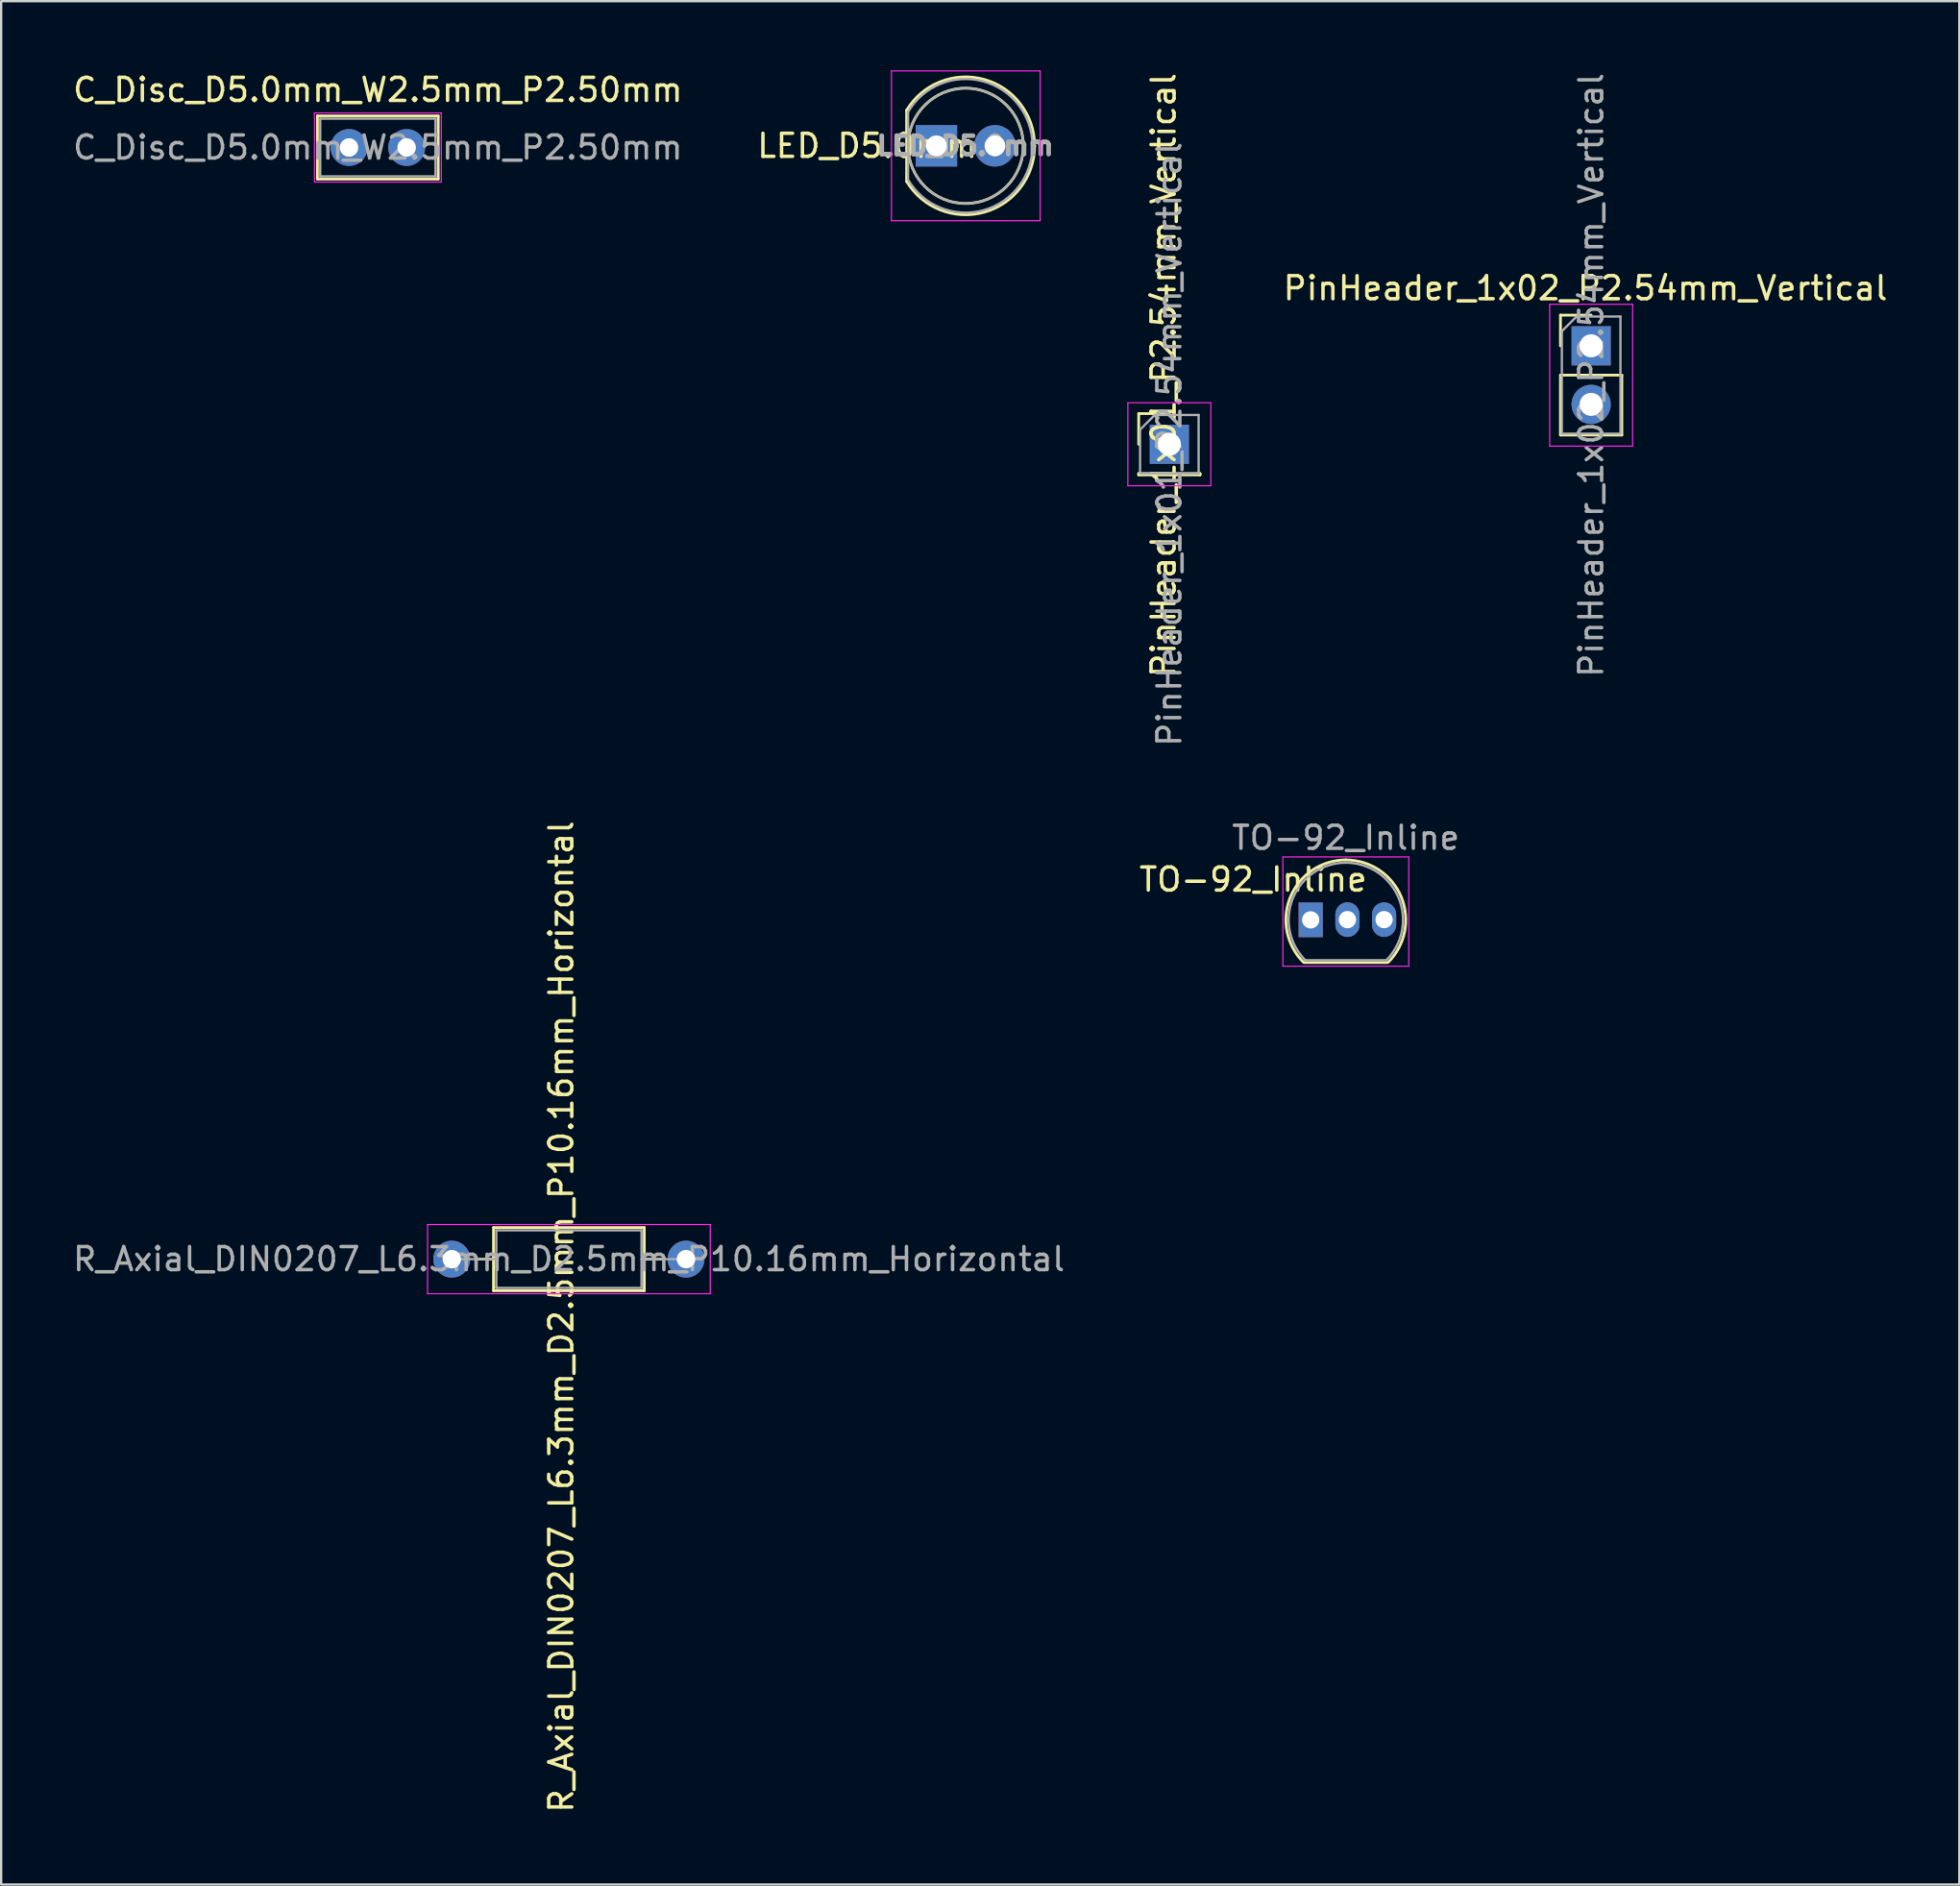
<source format=kicad_pcb>
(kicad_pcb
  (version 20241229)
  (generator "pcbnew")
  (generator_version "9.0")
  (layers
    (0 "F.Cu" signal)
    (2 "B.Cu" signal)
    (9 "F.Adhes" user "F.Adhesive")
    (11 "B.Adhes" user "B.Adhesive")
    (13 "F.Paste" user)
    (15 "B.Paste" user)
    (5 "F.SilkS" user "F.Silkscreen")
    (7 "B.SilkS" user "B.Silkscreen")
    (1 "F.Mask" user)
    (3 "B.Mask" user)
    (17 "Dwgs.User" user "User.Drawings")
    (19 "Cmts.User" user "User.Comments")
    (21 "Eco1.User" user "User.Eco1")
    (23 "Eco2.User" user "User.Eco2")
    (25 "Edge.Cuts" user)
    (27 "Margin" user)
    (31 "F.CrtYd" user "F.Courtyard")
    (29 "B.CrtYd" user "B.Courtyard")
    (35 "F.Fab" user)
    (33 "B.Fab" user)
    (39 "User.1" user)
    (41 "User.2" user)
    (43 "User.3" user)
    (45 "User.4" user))
  (footprint "TO-92_Inline"
    (layer "F.Cu")
    (at 54.054 36.849)
    (property "Reference" "TO-92_Inline" (at -2.75 -1.75 0) (layer "F.SilkS") (effects (font (size 1 1) (thickness 0.15))))
    (attr through_hole)
    (fp_line (start -0.53 1.85) (end 3.07 1.85) (stroke (width 0.12) (type solid)) (layer "F.SilkS"))
    (fp_arc (start -0.568478 1.838478) (mid -1.132087 -0.994977) (end 1.27 -2.6) (stroke (width 0.12) (type solid)) (layer "F.SilkS"))
    (fp_arc (start 1.27 -2.6) (mid 3.672087 -0.994977) (end 3.108478 1.838478) (stroke (width 0.12) (type solid)) (layer "F.SilkS"))
    (fp_line (start -1.46 -2.73) (end -1.46 2.01) (stroke (width 0.05) (type solid)) (layer "F.CrtYd"))
    (fp_line (start -1.46 -2.73) (end 4 -2.73) (stroke (width 0.05) (type solid)) (layer "F.CrtYd"))
    (fp_line (start 4 2.01) (end -1.46 2.01) (stroke (width 0.05) (type solid)) (layer "F.CrtYd"))
    (fp_line (start 4 2.01) (end 4 -2.73) (stroke (width 0.05) (type solid)) (layer "F.CrtYd"))
    (fp_line (start -0.5 1.75) (end 3 1.75) (stroke (width 0.1) (type solid)) (layer "F.Fab"))
    (fp_arc (start -0.483625 1.753625) (mid -1.021221 -0.949055) (end 1.27 -2.48) (stroke (width 0.1) (type solid)) (layer "F.Fab"))
    (fp_arc (start 1.27 -2.48) (mid 3.561221 -0.949055) (end 3.023625 1.753625) (stroke (width 0.1) (type solid)) (layer "F.Fab"))
    (fp_text user "${REFERENCE}" (at 1.27 -3.56 0) (layer "F.Fab") (effects (font (size 1 1) (thickness 0.15))))
    (pad "1" thru_hole rect (at -0.254 0) (size 1.05 1.5) (drill 0.75) (layers "*.Cu" "*.Mask"))
    (pad "2" thru_hole oval (at 1.34 -0.01) (size 1.05 1.5) (drill 0.75) (layers "*.Cu" "*.Mask"))
    (pad "3" thru_hole oval (at 2.93 -0.01) (size 1.05 1.5) (drill 0.75) (layers "*.Cu" "*.Mask")))
  (footprint "C_Disc_D5.0mm_W2.5mm_P2.50mm"
    (layer "F.Cu")
    (at 12.089 3.348)
    (property "Reference" "C_Disc_D5.0mm_W2.5mm_P2.50mm" (at 1.25 -2.5 0) (layer "F.SilkS") (effects (font (size 1 1) (thickness 0.15))))
    (attr through_hole)
    (fp_line (start -1.37 -1.37) (end -1.37 1.37) (stroke (width 0.12) (type solid)) (layer "F.SilkS"))
    (fp_line (start -1.37 -1.37) (end 3.87 -1.37) (stroke (width 0.12) (type solid)) (layer "F.SilkS"))
    (fp_line (start -1.37 1.37) (end 3.87 1.37) (stroke (width 0.12) (type solid)) (layer "F.SilkS"))
    (fp_line (start 3.87 -1.37) (end 3.87 1.37) (stroke (width 0.12) (type solid)) (layer "F.SilkS"))
    (fp_line (start -1.5 -1.5) (end -1.5 1.5) (stroke (width 0.05) (type solid)) (layer "F.CrtYd"))
    (fp_line (start -1.5 1.5) (end 4 1.5) (stroke (width 0.05) (type solid)) (layer "F.CrtYd"))
    (fp_line (start 4 -1.5) (end -1.5 -1.5) (stroke (width 0.05) (type solid)) (layer "F.CrtYd"))
    (fp_line (start 4 1.5) (end 4 -1.5) (stroke (width 0.05) (type solid)) (layer "F.CrtYd"))
    (fp_line (start -1.25 -1.25) (end -1.25 1.25) (stroke (width 0.1) (type solid)) (layer "F.Fab"))
    (fp_line (start -1.25 1.25) (end 3.75 1.25) (stroke (width 0.1) (type solid)) (layer "F.Fab"))
    (fp_line (start 3.75 -1.25) (end -1.25 -1.25) (stroke (width 0.1) (type solid)) (layer "F.Fab"))
    (fp_line (start 3.75 1.25) (end 3.75 -1.25) (stroke (width 0.1) (type solid)) (layer "F.Fab"))
    (fp_text user "${REFERENCE}" (at 1.25 0 0) (layer "F.Fab") (effects (font (size 1 1) (thickness 0.15))))
    (pad "1" thru_hole circle (at 0 0) (size 1.6 1.6) (drill 0.8) (layers "*.Cu" "*.Mask"))
    (pad "2" thru_hole circle (at 2.5 0) (size 1.6 1.6) (drill 0.8) (layers "*.Cu" "*.Mask")))
  (footprint "LED_D5.0mm"
    (layer "F.Cu")
    (at 37.565 3.275)
    (property "Reference" "LED_D5.0mm" (at -3 0 0) (layer "F.SilkS") (effects (font (size 1 1) (thickness 0.15))))
    (attr through_hole)
    (fp_line (start -1.29 -1.545) (end -1.29 1.545) (stroke (width 0.12) (type solid)) (layer "F.SilkS"))
    (fp_arc (start -1.29 -1.54483) (mid 2.072002 -2.880433) (end 4.26 0.000462) (stroke (width 0.12) (type solid)) (layer "F.SilkS"))
    (fp_arc (start 4.26 -0.000462) (mid 2.072002 2.880433) (end -1.29 1.54483) (stroke (width 0.12) (type solid)) (layer "F.SilkS"))
    (fp_circle (center 1.27 0) (end 3.77 0) (stroke (width 0.12) (type solid)) (fill no) (layer "F.SilkS"))
    (fp_line (start -1.95 -3.25) (end -1.95 3.25) (stroke (width 0.05) (type solid)) (layer "F.CrtYd"))
    (fp_line (start -1.95 3.25) (end 4.5 3.25) (stroke (width 0.05) (type solid)) (layer "F.CrtYd"))
    (fp_line (start 4.5 -3.25) (end -1.95 -3.25) (stroke (width 0.05) (type solid)) (layer "F.CrtYd"))
    (fp_line (start 4.5 3.25) (end 4.5 -3.25) (stroke (width 0.05) (type solid)) (layer "F.CrtYd"))
    (fp_line (start -1.23 -1.47) (end -1.23 1.47) (stroke (width 0.1) (type solid)) (layer "F.Fab"))
    (fp_arc (start -1.23 -1.469694) (mid 4.17 0.000016) (end -1.230016 1.469666) (stroke (width 0.1) (type solid)) (layer "F.Fab"))
    (fp_circle (center 1.27 0) (end 3.77 0) (stroke (width 0.1) (type solid)) (fill no) (layer "F.Fab"))
    (fp_text user "${REFERENCE}" (at 1.25 0 180) (layer "F.Fab") (effects (font (size 0.8 0.8) (thickness 0.2))))
    (pad "1" thru_hole rect (at 0 0) (size 1.8 1.8) (drill 0.9) (layers "*.Cu" "*.Mask"))
    (pad "2" thru_hole circle (at 2.54 0) (size 1.8 1.8) (drill 0.9) (layers "*.Cu" "*.Mask")))
  (footprint "PinHeader_1x02_P2.54mm_Vertical"
    (layer "F.Cu")
    (at 65.965 11.95)
    (property "Reference" "PinHeader_1x02_P2.54mm_Vertical" (at -0.25 -2.5 180) (layer "F.SilkS") (effects (font (size 1 1) (thickness 0.15))))
    (attr through_hole)
    (fp_line (start -1.33 -1.33) (end 0 -1.33) (stroke (width 0.12) (type solid)) (layer "F.SilkS"))
    (fp_line (start -1.33 0) (end -1.33 -1.33) (stroke (width 0.12) (type solid)) (layer "F.SilkS"))
    (fp_line (start -1.33 1.27) (end -1.33 3.87) (stroke (width 0.12) (type solid)) (layer "F.SilkS"))
    (fp_line (start -1.33 1.27) (end 1.33 1.27) (stroke (width 0.12) (type solid)) (layer "F.SilkS"))
    (fp_line (start -1.33 3.87) (end 1.33 3.87) (stroke (width 0.12) (type solid)) (layer "F.SilkS"))
    (fp_line (start 1.33 1.27) (end 1.33 3.87) (stroke (width 0.12) (type solid)) (layer "F.SilkS"))
    (fp_line (start -1.8 -1.8) (end -1.8 4.35) (stroke (width 0.05) (type solid)) (layer "F.CrtYd"))
    (fp_line (start -1.8 4.35) (end 1.8 4.35) (stroke (width 0.05) (type solid)) (layer "F.CrtYd"))
    (fp_line (start 1.8 -1.8) (end -1.8 -1.8) (stroke (width 0.05) (type solid)) (layer "F.CrtYd"))
    (fp_line (start 1.8 4.35) (end 1.8 -1.8) (stroke (width 0.05) (type solid)) (layer "F.CrtYd"))
    (fp_line (start -1.27 -0.635) (end -0.635 -1.27) (stroke (width 0.1) (type solid)) (layer "F.Fab"))
    (fp_line (start -1.27 3.81) (end -1.27 -0.635) (stroke (width 0.1) (type solid)) (layer "F.Fab"))
    (fp_line (start -0.635 -1.27) (end 1.27 -1.27) (stroke (width 0.1) (type solid)) (layer "F.Fab"))
    (fp_line (start 1.27 -1.27) (end 1.27 3.81) (stroke (width 0.1) (type solid)) (layer "F.Fab"))
    (fp_line (start 1.27 3.81) (end -1.27 3.81) (stroke (width 0.1) (type solid)) (layer "F.Fab"))
    (fp_text user "${REFERENCE}" (at 0 1.27 90) (layer "F.Fab") (effects (font (size 1 1) (thickness 0.15))))
    (pad "1" thru_hole rect (at 0 0) (size 1.7 1.7) (drill 1) (layers "*.Cu" "*.Mask"))
    (pad "2" thru_hole oval (at 0 2.54) (size 1.7 1.7) (drill 1) (layers "*.Cu" "*.Mask")))
  (footprint "PinHeader_1x01_P2.54mm_Vertical"
    (layer "F.Cu")
    (at 47.67 16.22)
    (property "Reference" "PinHeader_1x01_P2.54mm_Vertical" (at -0.25 -3 90) (layer "F.SilkS") (effects (font (size 1 1) (thickness 0.15))))
    (attr through_hole)
    (fp_line (start -1.33 -1.33) (end 0 -1.33) (stroke (width 0.12) (type solid)) (layer "F.SilkS"))
    (fp_line (start -1.33 0) (end -1.33 -1.33) (stroke (width 0.12) (type solid)) (layer "F.SilkS"))
    (fp_line (start -1.33 1.27) (end -1.33 1.33) (stroke (width 0.12) (type solid)) (layer "F.SilkS"))
    (fp_line (start -1.33 1.27) (end 1.33 1.27) (stroke (width 0.12) (type solid)) (layer "F.SilkS"))
    (fp_line (start -1.33 1.33) (end 1.33 1.33) (stroke (width 0.12) (type solid)) (layer "F.SilkS"))
    (fp_line (start 1.33 1.27) (end 1.33 1.33) (stroke (width 0.12) (type solid)) (layer "F.SilkS"))
    (fp_line (start -1.8 -1.8) (end -1.8 1.8) (stroke (width 0.05) (type solid)) (layer "F.CrtYd"))
    (fp_line (start -1.8 1.8) (end 1.8 1.8) (stroke (width 0.05) (type solid)) (layer "F.CrtYd"))
    (fp_line (start 1.8 -1.8) (end -1.8 -1.8) (stroke (width 0.05) (type solid)) (layer "F.CrtYd"))
    (fp_line (start 1.8 1.8) (end 1.8 -1.8) (stroke (width 0.05) (type solid)) (layer "F.CrtYd"))
    (fp_line (start -1.27 -0.635) (end -0.635 -1.27) (stroke (width 0.1) (type solid)) (layer "F.Fab"))
    (fp_line (start -1.27 1.27) (end -1.27 -0.635) (stroke (width 0.1) (type solid)) (layer "F.Fab"))
    (fp_line (start -0.635 -1.27) (end 1.27 -1.27) (stroke (width 0.1) (type solid)) (layer "F.Fab"))
    (fp_line (start 1.27 -1.27) (end 1.27 1.27) (stroke (width 0.1) (type solid)) (layer "F.Fab"))
    (fp_line (start 1.27 1.27) (end -1.27 1.27) (stroke (width 0.1) (type solid)) (layer "F.Fab"))
    (fp_text user "${REFERENCE}" (at 0 0 270) (layer "F.Fab") (effects (font (size 1 1) (thickness 0.15))))
    (pad "1" thru_hole rect (at 0 0) (size 1.7 1.7) (drill 1) (layers "*.Cu" "*.Mask")))
  (footprint "R_Axial_DIN0207_L6.3mm_D2.5mm_P10.16mm_Horizontal"
    (layer "F.Cu")
    (at 16.545 51.565)
    (property "Reference" "R_Axial_DIN0207_L6.3mm_D2.5mm_P10.16mm_Horizontal" (at 4.75 2.5 90) (layer "F.SilkS") (effects (font (size 1 1) (thickness 0.15))))
    (attr through_hole)
    (fp_line (start 1.04 0) (end 1.81 0) (stroke (width 0.12) (type solid)) (layer "F.SilkS"))
    (fp_line (start 1.81 -1.37) (end 1.81 1.37) (stroke (width 0.12) (type solid)) (layer "F.SilkS"))
    (fp_line (start 1.81 1.37) (end 8.35 1.37) (stroke (width 0.12) (type solid)) (layer "F.SilkS"))
    (fp_line (start 8.35 -1.37) (end 1.81 -1.37) (stroke (width 0.12) (type solid)) (layer "F.SilkS"))
    (fp_line (start 8.35 1.37) (end 8.35 -1.37) (stroke (width 0.12) (type solid)) (layer "F.SilkS"))
    (fp_line (start 9.12 0) (end 8.35 0) (stroke (width 0.12) (type solid)) (layer "F.SilkS"))
    (fp_line (start -1.05 -1.5) (end -1.05 1.5) (stroke (width 0.05) (type solid)) (layer "F.CrtYd"))
    (fp_line (start -1.05 1.5) (end 11.21 1.5) (stroke (width 0.05) (type solid)) (layer "F.CrtYd"))
    (fp_line (start 11.21 -1.5) (end -1.05 -1.5) (stroke (width 0.05) (type solid)) (layer "F.CrtYd"))
    (fp_line (start 11.21 1.5) (end 11.21 -1.5) (stroke (width 0.05) (type solid)) (layer "F.CrtYd"))
    (fp_line (start 0 0) (end 1.93 0) (stroke (width 0.1) (type solid)) (layer "F.Fab"))
    (fp_line (start 1.93 -1.25) (end 1.93 1.25) (stroke (width 0.1) (type solid)) (layer "F.Fab"))
    (fp_line (start 1.93 1.25) (end 8.23 1.25) (stroke (width 0.1) (type solid)) (layer "F.Fab"))
    (fp_line (start 8.23 -1.25) (end 1.93 -1.25) (stroke (width 0.1) (type solid)) (layer "F.Fab"))
    (fp_line (start 8.23 1.25) (end 8.23 -1.25) (stroke (width 0.1) (type solid)) (layer "F.Fab"))
    (fp_line (start 10.16 0) (end 8.23 0) (stroke (width 0.1) (type solid)) (layer "F.Fab"))
    (fp_text user "${REFERENCE}" (at 5.08 0 0) (layer "F.Fab") (effects (font (size 1 1) (thickness 0.15))))
    (pad "1" thru_hole circle (at 0 0) (size 1.6 1.6) (drill 0.8) (layers "*.Cu" "*.Mask"))
    (pad "2" thru_hole oval (at 10.16 0) (size 1.6 1.6) (drill 0.8) (layers "*.Cu" "*.Mask")))
  (gr_rect
    (start -3 -3)
    (end 81.935 78.69)
    (stroke (width 0.1) (type default))
    (fill no)
    (layer "Edge.Cuts")))
</source>
